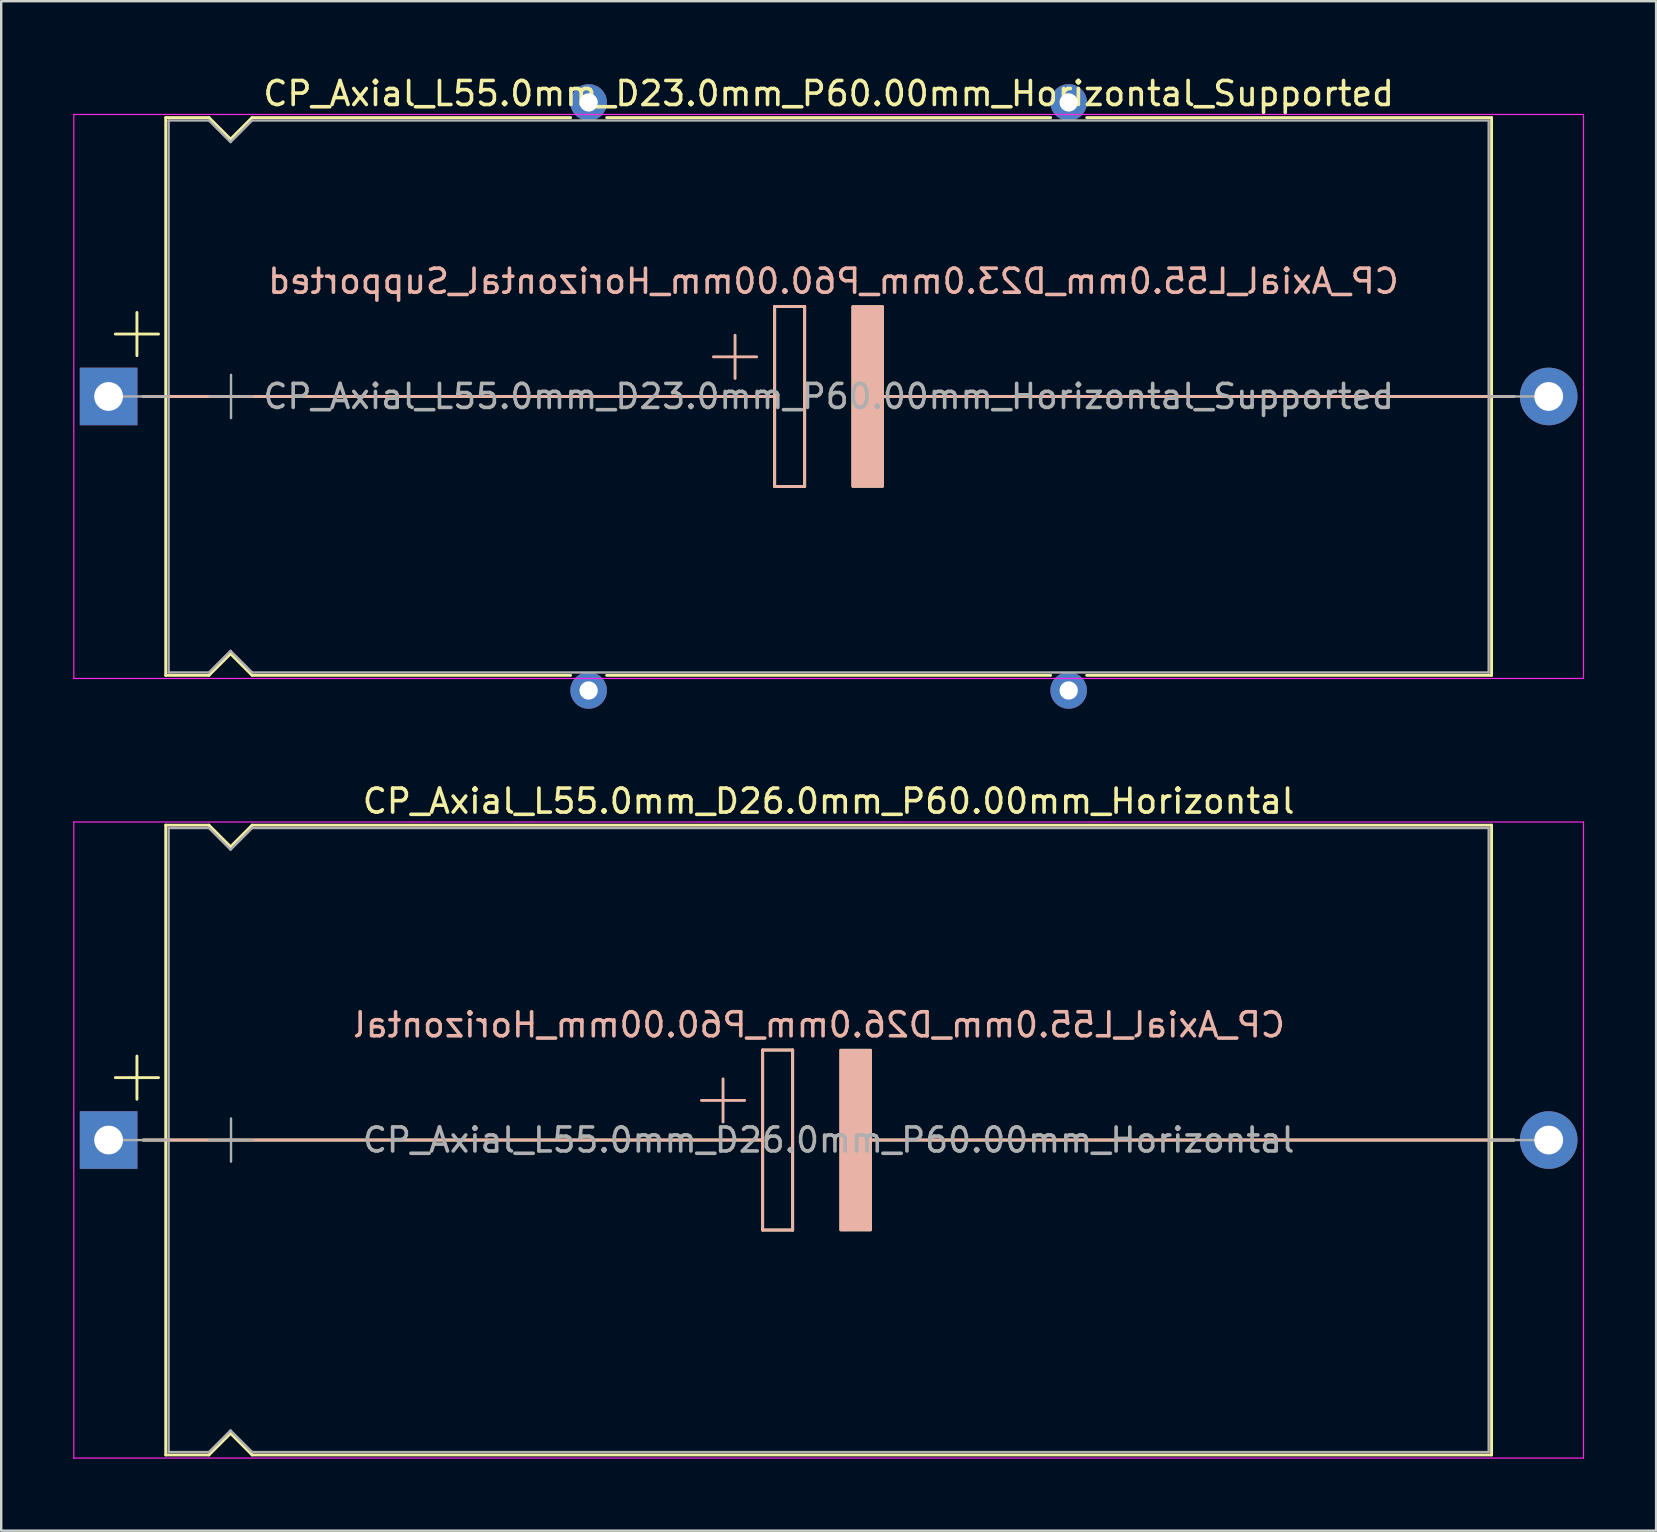
<source format=kicad_pcb>
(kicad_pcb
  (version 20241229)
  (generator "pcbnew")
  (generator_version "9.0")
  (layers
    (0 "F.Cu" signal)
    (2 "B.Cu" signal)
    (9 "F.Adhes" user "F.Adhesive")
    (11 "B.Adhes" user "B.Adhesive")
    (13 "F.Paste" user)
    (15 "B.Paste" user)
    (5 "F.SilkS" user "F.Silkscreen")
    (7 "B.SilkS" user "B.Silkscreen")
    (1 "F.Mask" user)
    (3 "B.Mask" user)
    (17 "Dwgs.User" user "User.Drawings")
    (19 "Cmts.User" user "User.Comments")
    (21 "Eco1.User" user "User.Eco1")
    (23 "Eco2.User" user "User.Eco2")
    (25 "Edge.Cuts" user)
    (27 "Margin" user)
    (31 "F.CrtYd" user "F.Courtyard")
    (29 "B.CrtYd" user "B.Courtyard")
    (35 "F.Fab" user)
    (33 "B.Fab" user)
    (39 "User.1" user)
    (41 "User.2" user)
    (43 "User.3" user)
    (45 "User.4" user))
  (footprint "CP_Axial_L55.0mm_D23.0mm_P60.00mm_Horizontal_Supported"
    (layer "F.Cu")
    (at 1.475 13.468)
    (property "Reference" "CP_Axial_L55.0mm_D23.0mm_P60.00mm_Horizontal_Supported" (at 30 -12.62 0) (layer "F.SilkS") (effects (font (size 1 1) (thickness 0.15))))
    (fp_line (start 0.28 -2.6) (end 2.08 -2.6) (stroke (width 0.12) (type solid)) (layer "F.SilkS"))
    (fp_line (start 1.18 -3.5) (end 1.18 -1.7) (stroke (width 0.12) (type solid)) (layer "F.SilkS"))
    (fp_line (start 1.44 0) (end 2.38 0) (stroke (width 0.12) (type solid)) (layer "F.SilkS"))
    (fp_line (start 2.38 -11.62) (end 2.38 11.62) (stroke (width 0.12) (type solid)) (layer "F.SilkS"))
    (fp_line (start 2.38 -11.62) (end 4.18 -11.62) (stroke (width 0.12) (type solid)) (layer "F.SilkS"))
    (fp_line (start 2.38 0) (end 27.75 0) (stroke (width 0.12) (type solid)) (layer "F.SilkS"))
    (fp_line (start 2.38 11.62) (end 4.18 11.62) (stroke (width 0.12) (type solid)) (layer "F.SilkS"))
    (fp_line (start 4.18 -11.62) (end 5.08 -10.72) (stroke (width 0.12) (type solid)) (layer "F.SilkS"))
    (fp_line (start 4.18 11.62) (end 5.08 10.72) (stroke (width 0.12) (type solid)) (layer "F.SilkS"))
    (fp_line (start 5.08 -10.72) (end 5.98 -11.62) (stroke (width 0.12) (type solid)) (layer "F.SilkS"))
    (fp_line (start 5.08 10.72) (end 5.98 11.62) (stroke (width 0.12) (type solid)) (layer "F.SilkS"))
    (fp_line (start 5.98 -11.62) (end 19.25 -11.62) (stroke (width 0.12) (type solid)) (layer "F.SilkS"))
    (fp_line (start 5.98 11.62) (end 19.25 11.62) (stroke (width 0.12) (type solid)) (layer "F.SilkS"))
    (fp_line (start 20.75 -11.62) (end 39.25 -11.62) (stroke (width 0.12) (type solid)) (layer "F.SilkS"))
    (fp_line (start 20.75 11.62) (end 39.25 11.62) (stroke (width 0.12) (type solid)) (layer "F.SilkS"))
    (fp_line (start 27.75 -3.75) (end 29 -3.75) (stroke (width 0.12) (type solid)) (layer "F.SilkS"))
    (fp_line (start 27.75 0) (end 27.75 -3.75) (stroke (width 0.12) (type solid)) (layer "F.SilkS"))
    (fp_line (start 27.75 3.75) (end 27.75 0) (stroke (width 0.12) (type solid)) (layer "F.SilkS"))
    (fp_line (start 29 -3.75) (end 29 3.75) (stroke (width 0.12) (type solid)) (layer "F.SilkS"))
    (fp_line (start 29 3.75) (end 27.75 3.75) (stroke (width 0.12) (type solid)) (layer "F.SilkS"))
    (fp_line (start 31.75 0) (end 57.62 0) (stroke (width 0.12) (type solid)) (layer "F.SilkS"))
    (fp_line (start 40.75 -11.62) (end 57.62 -11.62) (stroke (width 0.12) (type solid)) (layer "F.SilkS"))
    (fp_line (start 40.75 11.62) (end 57.62 11.62) (stroke (width 0.12) (type solid)) (layer "F.SilkS"))
    (fp_line (start 57.62 -11.62) (end 57.62 11.62) (stroke (width 0.12) (type solid)) (layer "F.SilkS"))
    (fp_line (start 58.56 0) (end 57.62 0) (stroke (width 0.12) (type solid)) (layer "F.SilkS"))
    (fp_poly (pts (xy 32.25 3.75) (xy 31 3.75) (xy 31 -3.75) (xy 32.25 -3.75)) (stroke (width 0.1) (type solid)) (fill yes) (layer "F.SilkS"))
    (fp_line (start 1.45 0) (end 20.88 0) (stroke (width 0.12) (type solid)) (layer "B.SilkS"))
    (fp_line (start 20.88 0) (end 27.75 0) (stroke (width 0.12) (type solid)) (layer "B.SilkS"))
    (fp_line (start 26.1 -2.55) (end 26.1 -0.75) (stroke (width 0.12) (type solid)) (layer "B.SilkS"))
    (fp_line (start 27 -1.65) (end 25.2 -1.65) (stroke (width 0.12) (type solid)) (layer "B.SilkS"))
    (fp_line (start 27.75 -3.75) (end 29 -3.75) (stroke (width 0.12) (type solid)) (layer "B.SilkS"))
    (fp_line (start 27.75 0) (end 27.75 -3.75) (stroke (width 0.12) (type solid)) (layer "B.SilkS"))
    (fp_line (start 27.75 3.75) (end 27.75 0) (stroke (width 0.12) (type solid)) (layer "B.SilkS"))
    (fp_line (start 29 -3.75) (end 29 3.75) (stroke (width 0.12) (type solid)) (layer "B.SilkS"))
    (fp_line (start 29 3.75) (end 27.75 3.75) (stroke (width 0.12) (type solid)) (layer "B.SilkS"))
    (fp_line (start 32.25 0) (end 39.12 0) (stroke (width 0.12) (type solid)) (layer "B.SilkS"))
    (fp_line (start 58.55 0) (end 39.12 0) (stroke (width 0.12) (type solid)) (layer "B.SilkS"))
    (fp_poly (pts (xy 32.25 3.75) (xy 31 3.75) (xy 31 -3.75) (xy 32.25 -3.75)) (stroke (width 0.1) (type solid)) (fill yes) (layer "B.SilkS"))
    (fp_line (start -1.45 -11.75) (end -1.45 11.75) (stroke (width 0.05) (type solid)) (layer "F.CrtYd"))
    (fp_line (start -1.45 11.75) (end 61.45 11.75) (stroke (width 0.05) (type solid)) (layer "F.CrtYd"))
    (fp_line (start 61.45 -11.75) (end -1.45 -11.75) (stroke (width 0.05) (type solid)) (layer "F.CrtYd"))
    (fp_line (start 61.45 11.75) (end 61.45 -11.75) (stroke (width 0.05) (type solid)) (layer "F.CrtYd"))
    (fp_line (start 0 0) (end 2.5 0) (stroke (width 0.1) (type solid)) (layer "F.Fab"))
    (fp_line (start 2.5 -11.5) (end 2.5 11.5) (stroke (width 0.1) (type solid)) (layer "F.Fab"))
    (fp_line (start 2.5 -11.5) (end 4.18 -11.5) (stroke (width 0.1) (type solid)) (layer "F.Fab"))
    (fp_line (start 2.5 11.5) (end 4.18 11.5) (stroke (width 0.1) (type solid)) (layer "F.Fab"))
    (fp_line (start 4.18 -11.5) (end 5.08 -10.6) (stroke (width 0.1) (type solid)) (layer "F.Fab"))
    (fp_line (start 4.18 11.5) (end 5.08 10.6) (stroke (width 0.1) (type solid)) (layer "F.Fab"))
    (fp_line (start 4.2 0) (end 6 0) (stroke (width 0.1) (type solid)) (layer "F.Fab"))
    (fp_line (start 5.08 -10.6) (end 5.98 -11.5) (stroke (width 0.1) (type solid)) (layer "F.Fab"))
    (fp_line (start 5.08 10.6) (end 5.98 11.5) (stroke (width 0.1) (type solid)) (layer "F.Fab"))
    (fp_line (start 5.1 -0.9) (end 5.1 0.9) (stroke (width 0.1) (type solid)) (layer "F.Fab"))
    (fp_line (start 5.98 -11.5) (end 57.5 -11.5) (stroke (width 0.1) (type solid)) (layer "F.Fab"))
    (fp_line (start 5.98 11.5) (end 57.5 11.5) (stroke (width 0.1) (type solid)) (layer "F.Fab"))
    (fp_line (start 57.5 -11.5) (end 57.5 11.5) (stroke (width 0.1) (type solid)) (layer "F.Fab"))
    (fp_line (start 60 0) (end 57.5 0) (stroke (width 0.1) (type solid)) (layer "F.Fab"))
    (fp_text user "${REFERENCE}" (at 30.2 -4.8 0) (layer "B.SilkS") (effects (font (size 1 1) (thickness 0.15)) (justify mirror)))
    (fp_text user "${REFERENCE}" (at 30 0 0) (layer "F.Fab") (effects (font (size 1 1) (thickness 0.15))))
    (pad "" thru_hole circle (at 20 -12.25) (size 1.524 1.524) (drill 0.762) (layers "*.Cu" "*.Mask"))
    (pad "" thru_hole circle (at 20 12.25) (size 1.524 1.524) (drill 0.762) (layers "*.Cu" "*.Mask"))
    (pad "" thru_hole circle (at 40 -12.25) (size 1.524 1.524) (drill 0.762) (layers "*.Cu" "*.Mask"))
    (pad "" thru_hole circle (at 40 12.25) (size 1.524 1.524) (drill 0.762) (layers "*.Cu" "*.Mask"))
    (pad "1" thru_hole rect (at 0 0) (size 2.4 2.4) (drill 1.2) (layers "*.Cu" "*.Mask"))
    (pad "2" thru_hole oval (at 60 0) (size 2.4 2.4) (drill 1.2) (layers "*.Cu" "*.Mask")))
  (footprint "CP_Axial_L55.0mm_D26.0mm_P60.00mm_Horizontal"
    (layer "F.Cu")
    (at 1.475 44.449)
    (property "Reference" "CP_Axial_L55.0mm_D26.0mm_P60.00mm_Horizontal" (at 30 -14.12 0) (layer "F.SilkS") (effects (font (size 1 1) (thickness 0.15))))
    (fp_line (start 0.28 -2.6) (end 2.08 -2.6) (stroke (width 0.12) (type solid)) (layer "F.SilkS"))
    (fp_line (start 1.18 -3.5) (end 1.18 -1.7) (stroke (width 0.12) (type solid)) (layer "F.SilkS"))
    (fp_line (start 1.44 0) (end 2.38 0) (stroke (width 0.12) (type solid)) (layer "F.SilkS"))
    (fp_line (start 2.38 -13.12) (end 2.38 13.12) (stroke (width 0.12) (type solid)) (layer "F.SilkS"))
    (fp_line (start 2.38 -13.12) (end 4.18 -13.12) (stroke (width 0.12) (type solid)) (layer "F.SilkS"))
    (fp_line (start 2.38 0) (end 27.25 0) (stroke (width 0.12) (type solid)) (layer "F.SilkS"))
    (fp_line (start 2.38 13.12) (end 4.18 13.12) (stroke (width 0.12) (type solid)) (layer "F.SilkS"))
    (fp_line (start 4.18 -13.12) (end 5.08 -12.22) (stroke (width 0.12) (type solid)) (layer "F.SilkS"))
    (fp_line (start 4.18 13.12) (end 5.08 12.22) (stroke (width 0.12) (type solid)) (layer "F.SilkS"))
    (fp_line (start 5.08 -12.22) (end 5.98 -13.12) (stroke (width 0.12) (type solid)) (layer "F.SilkS"))
    (fp_line (start 5.08 12.22) (end 5.98 13.12) (stroke (width 0.12) (type solid)) (layer "F.SilkS"))
    (fp_line (start 5.98 -13.12) (end 57.62 -13.12) (stroke (width 0.12) (type solid)) (layer "F.SilkS"))
    (fp_line (start 5.98 13.12) (end 57.62 13.12) (stroke (width 0.12) (type solid)) (layer "F.SilkS"))
    (fp_line (start 27.25 -3.75) (end 28.5 -3.75) (stroke (width 0.12) (type solid)) (layer "F.SilkS"))
    (fp_line (start 27.25 0) (end 27.25 -3.75) (stroke (width 0.12) (type solid)) (layer "F.SilkS"))
    (fp_line (start 27.25 3.75) (end 27.25 0) (stroke (width 0.12) (type solid)) (layer "F.SilkS"))
    (fp_line (start 28.5 -3.75) (end 28.5 3.75) (stroke (width 0.12) (type solid)) (layer "F.SilkS"))
    (fp_line (start 28.5 3.75) (end 27.25 3.75) (stroke (width 0.12) (type solid)) (layer "F.SilkS"))
    (fp_line (start 31.75 0) (end 57.62 0) (stroke (width 0.12) (type solid)) (layer "F.SilkS"))
    (fp_line (start 57.62 -13.12) (end 57.62 13.12) (stroke (width 0.12) (type solid)) (layer "F.SilkS"))
    (fp_line (start 58.56 0) (end 57.62 0) (stroke (width 0.12) (type solid)) (layer "F.SilkS"))
    (fp_poly (pts (xy 31.75 3.75) (xy 30.5 3.75) (xy 30.5 -3.75) (xy 31.75 -3.75)) (stroke (width 0.1) (type solid)) (fill yes) (layer "F.SilkS"))
    (fp_line (start 1.45 0) (end 20.38 0) (stroke (width 0.12) (type solid)) (layer "B.SilkS"))
    (fp_line (start 20.38 0) (end 27.25 0) (stroke (width 0.12) (type solid)) (layer "B.SilkS"))
    (fp_line (start 25.6 -2.55) (end 25.6 -0.75) (stroke (width 0.12) (type solid)) (layer "B.SilkS"))
    (fp_line (start 26.5 -1.65) (end 24.7 -1.65) (stroke (width 0.12) (type solid)) (layer "B.SilkS"))
    (fp_line (start 27.25 -3.75) (end 28.5 -3.75) (stroke (width 0.12) (type solid)) (layer "B.SilkS"))
    (fp_line (start 27.25 0) (end 27.25 -3.75) (stroke (width 0.12) (type solid)) (layer "B.SilkS"))
    (fp_line (start 27.25 3.75) (end 27.25 0) (stroke (width 0.12) (type solid)) (layer "B.SilkS"))
    (fp_line (start 28.5 -3.75) (end 28.5 3.75) (stroke (width 0.12) (type solid)) (layer "B.SilkS"))
    (fp_line (start 28.5 3.75) (end 27.25 3.75) (stroke (width 0.12) (type solid)) (layer "B.SilkS"))
    (fp_line (start 31.75 0) (end 38.62 0) (stroke (width 0.12) (type solid)) (layer "B.SilkS"))
    (fp_line (start 58.55 0) (end 38.62 0) (stroke (width 0.12) (type solid)) (layer "B.SilkS"))
    (fp_poly (pts (xy 31.75 3.75) (xy 30.5 3.75) (xy 30.5 -3.75) (xy 31.75 -3.75)) (stroke (width 0.1) (type solid)) (fill yes) (layer "B.SilkS"))
    (fp_line (start -1.45 -13.25) (end -1.45 13.25) (stroke (width 0.05) (type solid)) (layer "F.CrtYd"))
    (fp_line (start -1.45 13.25) (end 61.45 13.25) (stroke (width 0.05) (type solid)) (layer "F.CrtYd"))
    (fp_line (start 61.45 -13.25) (end -1.45 -13.25) (stroke (width 0.05) (type solid)) (layer "F.CrtYd"))
    (fp_line (start 61.45 13.25) (end 61.45 -13.25) (stroke (width 0.05) (type solid)) (layer "F.CrtYd"))
    (fp_line (start 0 0) (end 2.5 0) (stroke (width 0.1) (type solid)) (layer "F.Fab"))
    (fp_line (start 2.5 -13) (end 2.5 13) (stroke (width 0.1) (type solid)) (layer "F.Fab"))
    (fp_line (start 2.5 -13) (end 4.18 -13) (stroke (width 0.1) (type solid)) (layer "F.Fab"))
    (fp_line (start 2.5 13) (end 4.18 13) (stroke (width 0.1) (type solid)) (layer "F.Fab"))
    (fp_line (start 4.18 -13) (end 5.08 -12.1) (stroke (width 0.1) (type solid)) (layer "F.Fab"))
    (fp_line (start 4.18 13) (end 5.08 12.1) (stroke (width 0.1) (type solid)) (layer "F.Fab"))
    (fp_line (start 4.2 0) (end 6 0) (stroke (width 0.1) (type solid)) (layer "F.Fab"))
    (fp_line (start 5.08 -12.1) (end 5.98 -13) (stroke (width 0.1) (type solid)) (layer "F.Fab"))
    (fp_line (start 5.08 12.1) (end 5.98 13) (stroke (width 0.1) (type solid)) (layer "F.Fab"))
    (fp_line (start 5.1 -0.9) (end 5.1 0.9) (stroke (width 0.1) (type solid)) (layer "F.Fab"))
    (fp_line (start 5.98 -13) (end 57.5 -13) (stroke (width 0.1) (type solid)) (layer "F.Fab"))
    (fp_line (start 5.98 13) (end 57.5 13) (stroke (width 0.1) (type solid)) (layer "F.Fab"))
    (fp_line (start 57.5 -13) (end 57.5 13) (stroke (width 0.1) (type solid)) (layer "F.Fab"))
    (fp_line (start 60 0) (end 57.5 0) (stroke (width 0.1) (type solid)) (layer "F.Fab"))
    (fp_text user "${REFERENCE}" (at 29.6 -4.8 0) (layer "B.SilkS") (effects (font (size 1 1) (thickness 0.15)) (justify mirror)))
    (fp_text user "${REFERENCE}" (at 30 0 0) (layer "F.Fab") (effects (font (size 1 1) (thickness 0.15))))
    (pad "1" thru_hole rect (at 0 0) (size 2.4 2.4) (drill 1.2) (layers "*.Cu" "*.Mask"))
    (pad "2" thru_hole oval (at 60 0) (size 2.4 2.4) (drill 1.2) (layers "*.Cu" "*.Mask")))
  (gr_rect
    (start -3 -3)
    (end 65.95 60.724)
    (stroke (width 0.1) (type default))
    (fill no)
    (layer "Edge.Cuts")))
</source>
